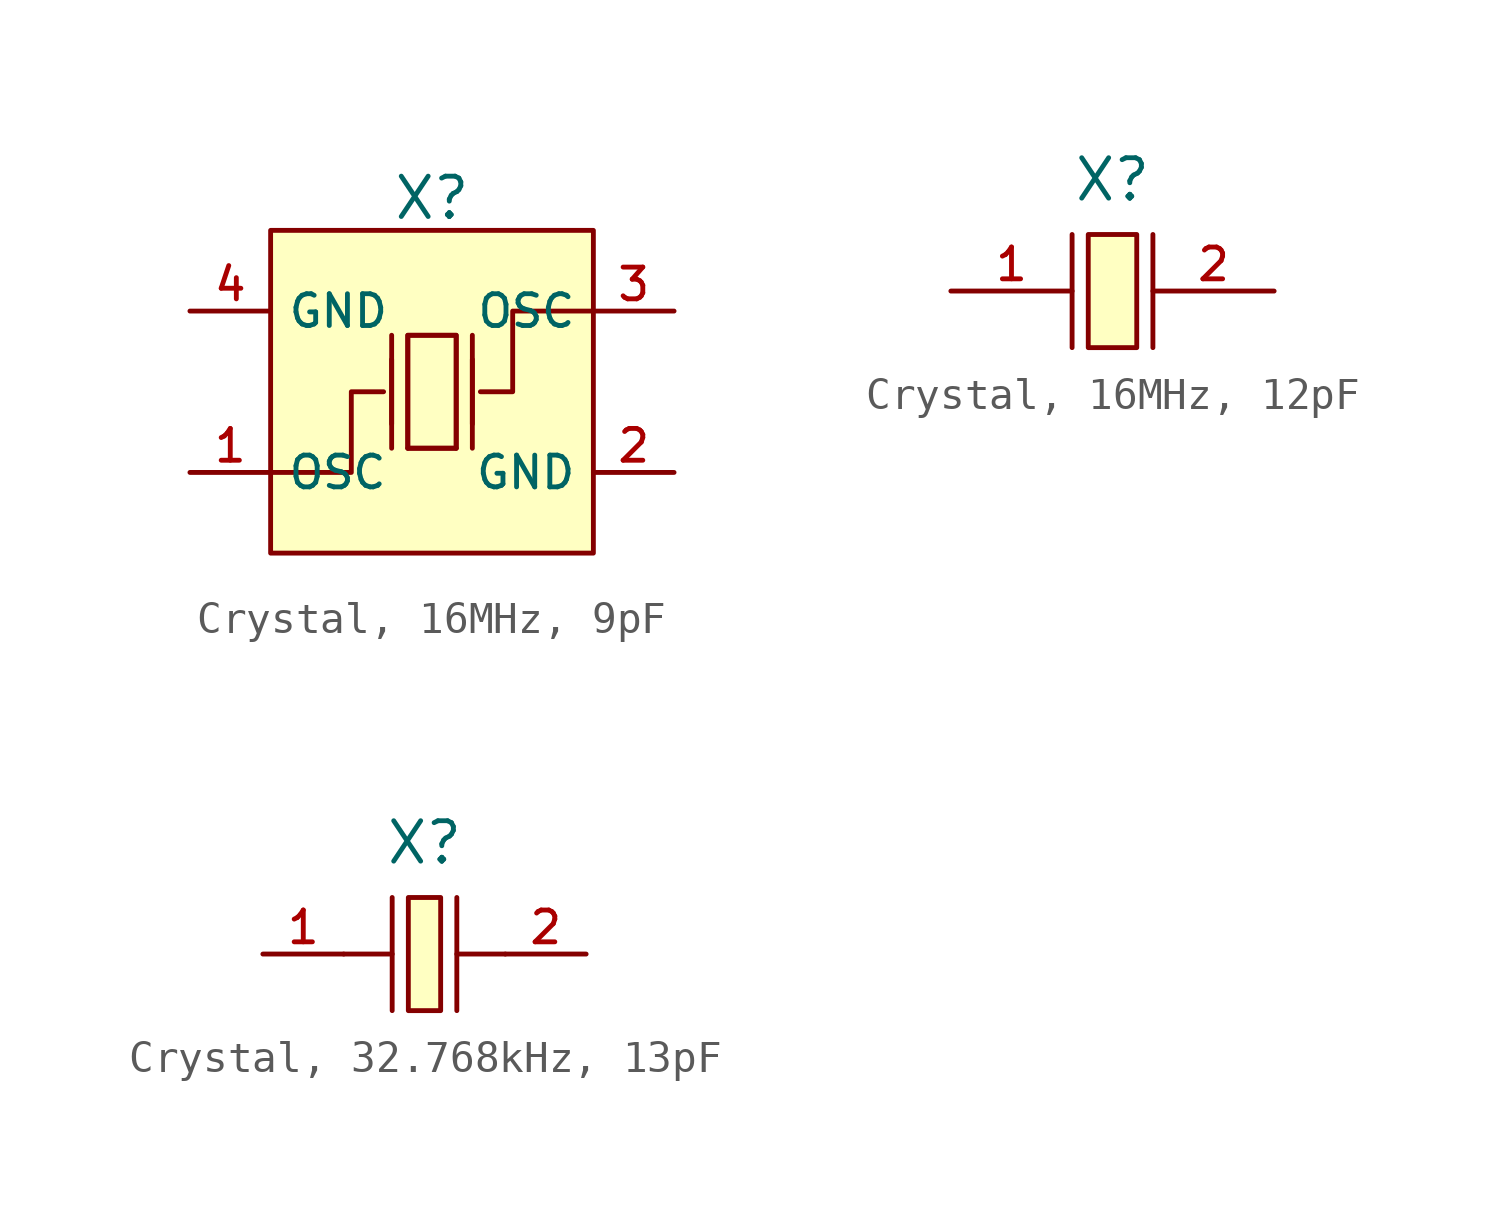
<source format=kicad_sym>
(kicad_symbol_lib
  (version 20231120)
  (generator "kicad_symbol_editor")
  (generator_version "8.0")
  (symbol "Crystal, 16MHz, 9pF"
    (property "Reference" "X"
      (at 0 6.096 0)
      (effects (font (size 1.27 1.27))))
    (symbol "Crystal, 16MHz, 9pF_0_1"
      (rectangle (start -5.08 5.08) (end 5.08 -5.08) (stroke (width 0) (type default)) (fill (type background)))
      (polyline (pts (xy -1.27 -1.778) (xy -1.27 1.778)) (stroke (width 0) (type default)) (fill (type none)))
      (polyline (pts (xy -1.27 -1.016) (xy -1.27 1.016)) (stroke (width 0) (type default)) (fill (type none)))
      (polyline (pts (xy 0.762 -1.778) (xy -0.762 -1.778)) (stroke (width 0) (type default)) (fill (type none)))
      (polyline (pts (xy 1.27 -1.778) (xy 1.27 1.778)) (stroke (width 0) (type default)) (fill (type none)))
      (polyline (pts (xy 1.27 -1.016) (xy 1.27 1.016)) (stroke (width 0) (type default)) (fill (type none)))
      (polyline (pts (xy -5.08 -2.54) (xy -2.54 -2.54) (xy -2.54 0) (xy -1.524 0)) (stroke (width 0) (type default)) (fill (type none)))
      (polyline (pts (xy -0.762 -1.778) (xy -0.762 1.778) (xy 0.762 1.778) (xy 0.762 -1.778)) (stroke (width 0) (type default)) (fill (type none)))
      (polyline (pts (xy 5.08 2.54) (xy 2.54 2.54) (xy 2.54 0) (xy 1.524 0)) (stroke (width 0) (type default)) (fill (type none)))
      (polyline (pts (xy 0.762 1.778) (xy 0.762 -1.778) (xy -0.762 -1.778) (xy -0.762 1.778) (xy 0.762 1.778)) (stroke (width 0) (type default)) (fill (type none)))
      (pin unspecified line (at 7.62 -2.54 180) (length 2.54) (name "GND" (effects (font (size 1 1)))) (number "2" (effects (font (size 1 1)))))
      (pin unspecified line (at -7.62 2.54 0) (length 2.54) (name "GND" (effects (font (size 1 1)))) (number "4" (effects (font (size 1 1))))))
    (symbol "Crystal, 16MHz, 9pF_1_1"
      (pin unspecified line (at -7.62 -2.54 0) (length 2.54) (name "OSC" (effects (font (size 1 1)))) (number "1" (effects (font (size 1 1)))))
      (pin unspecified line (at 7.62 2.54 180) (length 2.54) (name "OSC" (effects (font (size 1 1)))) (number "3" (effects (font (size 1 1)))))))
  (symbol "Crystal, 16MHz, 12pF"
    (property "Reference" "X"
      (at 0 3.5 0)
      (effects (font (size 1.27 1.27))))
    (symbol "Crystal, 16MHz, 12pF_0_1"
      (polyline (pts (xy -1.27 -1.778) (xy -1.27 1.778)) (stroke (width 0) (type default)) (fill (type none)))
      (polyline (pts (xy 1.27 -1.778) (xy 1.27 1.778)) (stroke (width 0) (type default)) (fill (type none)))
      (pin unspecified line (at -5.08 0 0) (length 3.81) (name "" (effects (font (size 1 1)))) (number "1" (effects (font (size 1 1)))))
      (pin unspecified line (at 5.08 0 180) (length 3.81) (name "" (effects (font (size 1 1)))) (number "2" (effects (font (size 1 1))))))
    (symbol "Crystal, 16MHz, 12pF_1_1"
      (polyline (pts (xy 0.762 1.778) (xy 0.762 -1.778) (xy -0.762 -1.778) (xy -0.762 1.778) (xy 0.762 1.778)) (stroke (width 0) (type default)) (fill (type background)))))
  (symbol "Crystal, 32.768kHz, 13pF"
    (pin_names hide)
    (property "Reference" "X"
      (at 0 3.5 0)
      (effects (font (size 1.27 1.27))))
    (symbol "Crystal, 32.768kHz, 13pF_0_1"
      (rectangle (start -0.508 1.778) (end 0.508 -1.778) (stroke (width 0) (type default)) (fill (type background)))
      (polyline (pts (xy -2.54 0) (xy -1.016 0)) (stroke (width 0) (type default)) (fill (type none)))
      (polyline (pts (xy -1.016 1.778) (xy -1.016 -1.778)) (stroke (width 0) (type default)) (fill (type none)))
      (polyline (pts (xy 1.016 0) (xy 2.54 0)) (stroke (width 0) (type default)) (fill (type none)))
      (polyline (pts (xy 1.016 1.778) (xy 1.016 -1.778)) (stroke (width 0) (type default)) (fill (type none)))
      (pin unspecified line (at -5.08 0 0) (length 2.54) (name "1" (effects (font (size 1 1)))) (number "1" (effects (font (size 1 1)))))
      (pin unspecified line (at 5.08 0 180) (length 2.54) (name "2" (effects (font (size 1 1)))) (number "2" (effects (font (size 1 1))))))))
</source>
